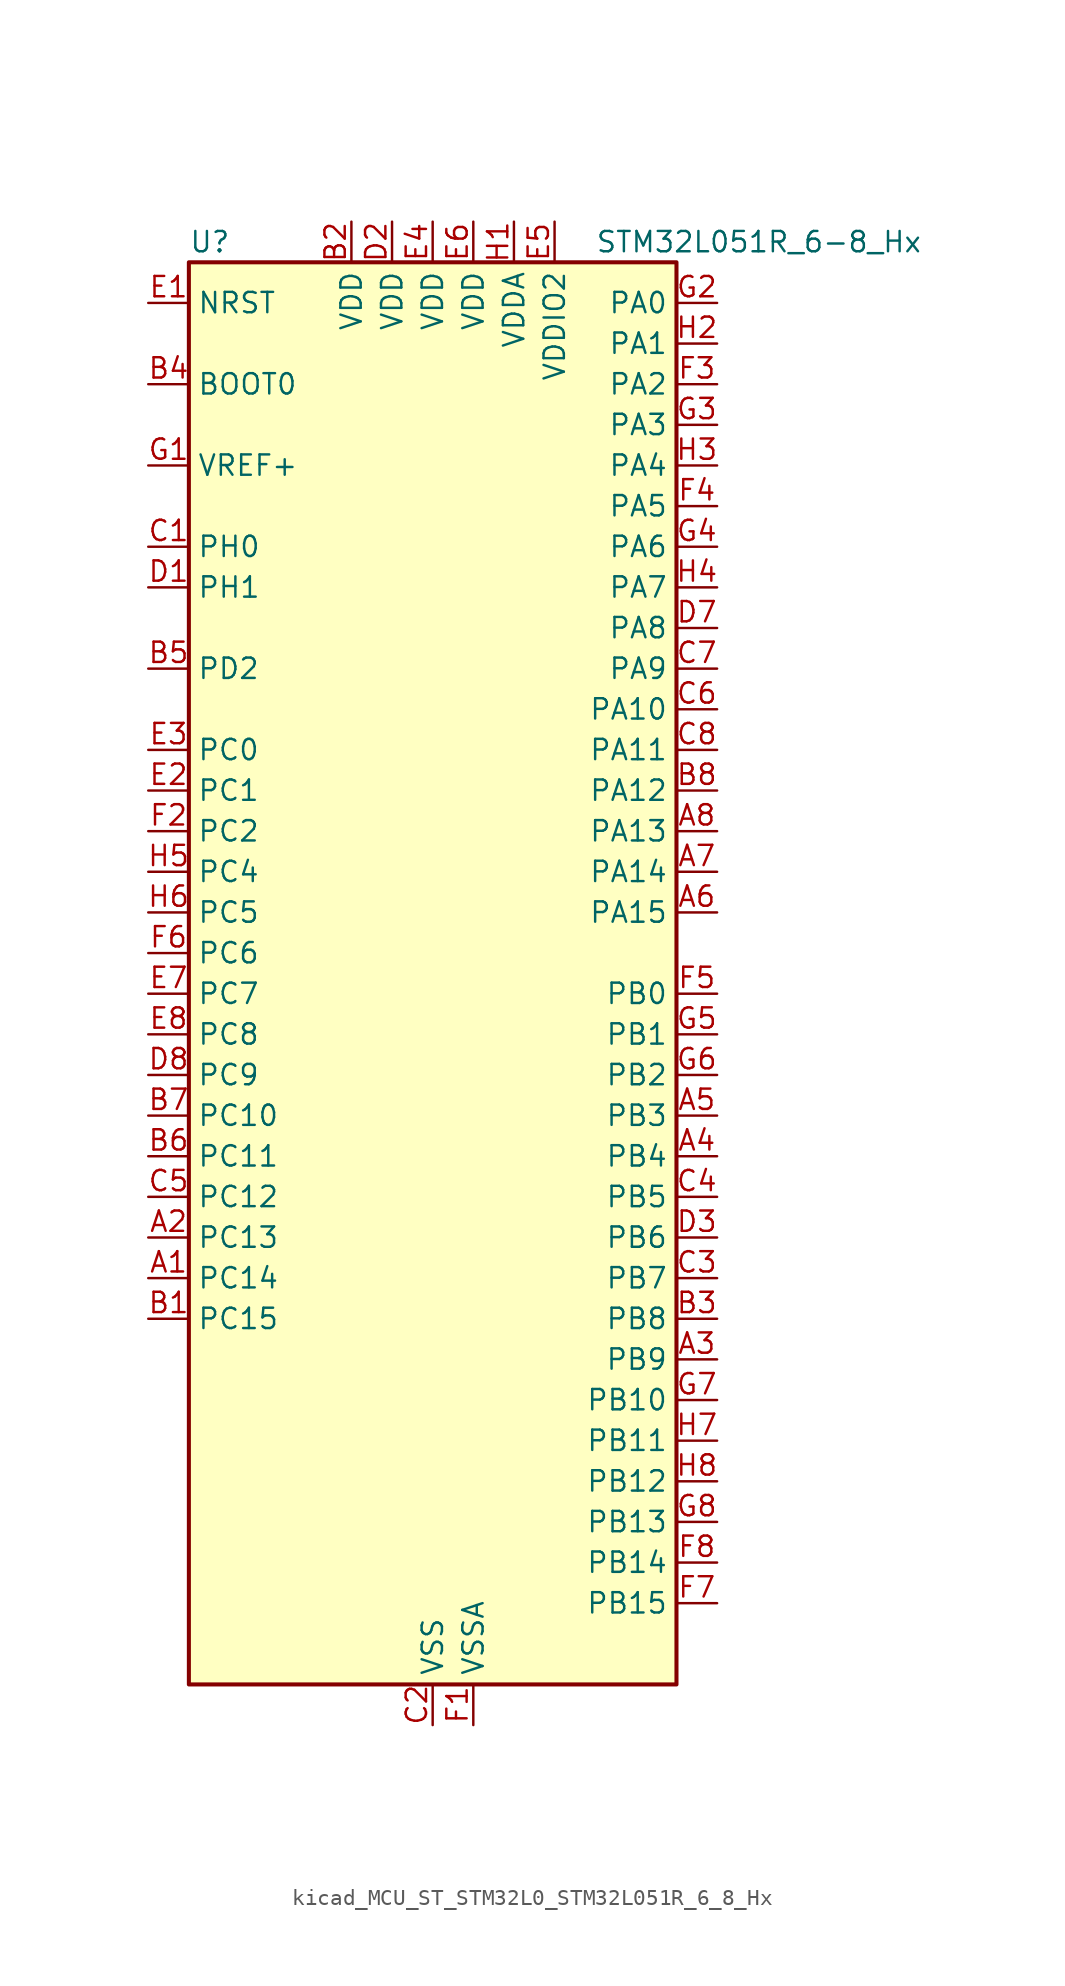
<source format=kicad_sym>
(kicad_symbol_lib
  (version 20220914)
  (generator kicad_symbol_editor)
  (symbol "kicad_MCU_ST_STM32L0_STM32L051R_6_8_Hx"
    (property "Reference" "U"
      (at -15.24 46.99 0)
      (effects (font (size 1.27 1.27)) (justify left)))
    (property "Value" "STM32L051R_6-8_Hx"
      (at 10.16 46.99 0)
      (effects (font (size 1.27 1.27)) (justify left)))
    (property "ki_locked" ""
      (at 0 0 0)
      (effects (font (size 1.27 1.27))))
    (symbol "kicad_MCU_ST_STM32L0_STM32L051R_6_8_Hx_0_1"
      (rectangle (start -15.24 -43.18) (end 15.24 45.72) (stroke (width 0.254) (type default)) (fill (type background))))
    (symbol "kicad_MCU_ST_STM32L0_STM32L051R_6_8_Hx_1_1"
      (pin bidirectional line (at -17.78 -17.78 0) (length 2.54) (name "PC14" (effects (font (size 1.27 1.27)))) (number "A1" (effects (font (size 1.27 1.27)))) (alternate "RCC_OSC32_IN" bidirectional line))
      (pin bidirectional line (at -17.78 -15.24 0) (length 2.54) (name "PC13" (effects (font (size 1.27 1.27)))) (number "A2" (effects (font (size 1.27 1.27)))) (alternate "RTC_OUT_ALARM" bidirectional line) (alternate "RTC_OUT_CALIB" bidirectional line) (alternate "RTC_TAMP1" bidirectional line) (alternate "RTC_TS" bidirectional line) (alternate "SYS_WKUP2" bidirectional line))
      (pin bidirectional line (at 17.78 -22.86 180) (length 2.54) (name "PB9" (effects (font (size 1.27 1.27)))) (number "A3" (effects (font (size 1.27 1.27)))) (alternate "I2C1_SDA" bidirectional line) (alternate "I2S2_WS" bidirectional line) (alternate "SPI2_NSS" bidirectional line))
      (pin bidirectional line (at 17.78 -10.16 180) (length 2.54) (name "PB4" (effects (font (size 1.27 1.27)))) (number "A4" (effects (font (size 1.27 1.27)))) (alternate "COMP2_INP" bidirectional line) (alternate "SPI1_MISO" bidirectional line) (alternate "TIM22_CH1" bidirectional line))
      (pin bidirectional line (at 17.78 -7.62 180) (length 2.54) (name "PB3" (effects (font (size 1.27 1.27)))) (number "A5" (effects (font (size 1.27 1.27)))) (alternate "COMP2_INM" bidirectional line) (alternate "SPI1_SCK" bidirectional line) (alternate "TIM2_CH2" bidirectional line))
      (pin bidirectional line (at 17.78 5.08 180) (length 2.54) (name "PA15" (effects (font (size 1.27 1.27)))) (number "A6" (effects (font (size 1.27 1.27)))) (alternate "SPI1_NSS" bidirectional line) (alternate "TIM2_CH1" bidirectional line) (alternate "TIM2_ETR" bidirectional line) (alternate "USART2_RX" bidirectional line))
      (pin bidirectional line (at 17.78 7.62 180) (length 2.54) (name "PA14" (effects (font (size 1.27 1.27)))) (number "A7" (effects (font (size 1.27 1.27)))) (alternate "SYS_SWCLK" bidirectional line) (alternate "USART2_TX" bidirectional line))
      (pin bidirectional line (at 17.78 10.16 180) (length 2.54) (name "PA13" (effects (font (size 1.27 1.27)))) (number "A8" (effects (font (size 1.27 1.27)))) (alternate "SYS_SWDIO" bidirectional line))
      (pin bidirectional line (at -17.78 -20.32 0) (length 2.54) (name "PC15" (effects (font (size 1.27 1.27)))) (number "B1" (effects (font (size 1.27 1.27)))) (alternate "RCC_OSC32_OUT" bidirectional line))
      (pin power_in line (at -5.08 48.26 270) (length 2.54) (name "VDD" (effects (font (size 1.27 1.27)))) (number "B2" (effects (font (size 1.27 1.27)))))
      (pin bidirectional line (at 17.78 -20.32 180) (length 2.54) (name "PB8" (effects (font (size 1.27 1.27)))) (number "B3" (effects (font (size 1.27 1.27)))) (alternate "I2C1_SCL" bidirectional line))
      (pin input line (at -17.78 38.1 0) (length 2.54) (name "BOOT0" (effects (font (size 1.27 1.27)))) (number "B4" (effects (font (size 1.27 1.27)))))
      (pin bidirectional line (at -17.78 20.32 0) (length 2.54) (name "PD2" (effects (font (size 1.27 1.27)))) (number "B5" (effects (font (size 1.27 1.27)))) (alternate "LPUART1_DE" bidirectional line) (alternate "LPUART1_RTS" bidirectional line))
      (pin bidirectional line (at -17.78 -10.16 0) (length 2.54) (name "PC11" (effects (font (size 1.27 1.27)))) (number "B6" (effects (font (size 1.27 1.27)))) (alternate "ADC_EXTI11" bidirectional line) (alternate "LPUART1_RX" bidirectional line))
      (pin bidirectional line (at -17.78 -7.62 0) (length 2.54) (name "PC10" (effects (font (size 1.27 1.27)))) (number "B7" (effects (font (size 1.27 1.27)))) (alternate "LPUART1_TX" bidirectional line))
      (pin bidirectional line (at 17.78 12.7 180) (length 2.54) (name "PA12" (effects (font (size 1.27 1.27)))) (number "B8" (effects (font (size 1.27 1.27)))) (alternate "COMP2_OUT" bidirectional line) (alternate "SPI1_MOSI" bidirectional line) (alternate "USART1_DE" bidirectional line) (alternate "USART1_RTS" bidirectional line))
      (pin bidirectional line (at -17.78 27.94 0) (length 2.54) (name "PH0" (effects (font (size 1.27 1.27)))) (number "C1" (effects (font (size 1.27 1.27)))) (alternate "RCC_OSC_IN" bidirectional line))
      (pin power_in line (at 0 -45.72 90) (length 2.54) (name "VSS" (effects (font (size 1.27 1.27)))) (number "C2" (effects (font (size 1.27 1.27)))))
      (pin bidirectional line (at 17.78 -17.78 180) (length 2.54) (name "PB7" (effects (font (size 1.27 1.27)))) (number "C3" (effects (font (size 1.27 1.27)))) (alternate "COMP2_INP" bidirectional line) (alternate "I2C1_SDA" bidirectional line) (alternate "LPTIM1_IN2" bidirectional line) (alternate "SYS_PVD_IN" bidirectional line) (alternate "USART1_RX" bidirectional line))
      (pin bidirectional line (at 17.78 -12.7 180) (length 2.54) (name "PB5" (effects (font (size 1.27 1.27)))) (number "C4" (effects (font (size 1.27 1.27)))) (alternate "COMP2_INP" bidirectional line) (alternate "I2C1_SMBA" bidirectional line) (alternate "LPTIM1_IN1" bidirectional line) (alternate "SPI1_MOSI" bidirectional line) (alternate "TIM22_CH2" bidirectional line))
      (pin bidirectional line (at -17.78 -12.7 0) (length 2.54) (name "PC12" (effects (font (size 1.27 1.27)))) (number "C5" (effects (font (size 1.27 1.27)))))
      (pin bidirectional line (at 17.78 17.78 180) (length 2.54) (name "PA10" (effects (font (size 1.27 1.27)))) (number "C6" (effects (font (size 1.27 1.27)))) (alternate "USART1_RX" bidirectional line))
      (pin bidirectional line (at 17.78 20.32 180) (length 2.54) (name "PA9" (effects (font (size 1.27 1.27)))) (number "C7" (effects (font (size 1.27 1.27)))) (alternate "RCC_MCO" bidirectional line) (alternate "USART1_TX" bidirectional line))
      (pin bidirectional line (at 17.78 15.24 180) (length 2.54) (name "PA11" (effects (font (size 1.27 1.27)))) (number "C8" (effects (font (size 1.27 1.27)))) (alternate "ADC_EXTI11" bidirectional line) (alternate "COMP1_OUT" bidirectional line) (alternate "SPI1_MISO" bidirectional line) (alternate "USART1_CTS" bidirectional line))
      (pin bidirectional line (at -17.78 25.4 0) (length 2.54) (name "PH1" (effects (font (size 1.27 1.27)))) (number "D1" (effects (font (size 1.27 1.27)))) (alternate "RCC_OSC_OUT" bidirectional line))
      (pin power_in line (at -2.54 48.26 270) (length 2.54) (name "VDD" (effects (font (size 1.27 1.27)))) (number "D2" (effects (font (size 1.27 1.27)))))
      (pin bidirectional line (at 17.78 -15.24 180) (length 2.54) (name "PB6" (effects (font (size 1.27 1.27)))) (number "D3" (effects (font (size 1.27 1.27)))) (alternate "COMP2_INP" bidirectional line) (alternate "I2C1_SCL" bidirectional line) (alternate "LPTIM1_ETR" bidirectional line) (alternate "USART1_TX" bidirectional line))
      (pin passive line (at 0 -45.72 90) (length 2.54) hide (name "VSS" (effects (font (size 1.27 1.27)))) (number "D4" (effects (font (size 1.27 1.27)))))
      (pin passive line (at 0 -45.72 90) (length 2.54) hide (name "VSS" (effects (font (size 1.27 1.27)))) (number "D5" (effects (font (size 1.27 1.27)))))
      (pin passive line (at 0 -45.72 90) (length 2.54) hide (name "VSS" (effects (font (size 1.27 1.27)))) (number "D6" (effects (font (size 1.27 1.27)))))
      (pin bidirectional line (at 17.78 22.86 180) (length 2.54) (name "PA8" (effects (font (size 1.27 1.27)))) (number "D7" (effects (font (size 1.27 1.27)))) (alternate "RCC_MCO" bidirectional line) (alternate "USART1_CK" bidirectional line))
      (pin bidirectional line (at -17.78 -5.08 0) (length 2.54) (name "PC9" (effects (font (size 1.27 1.27)))) (number "D8" (effects (font (size 1.27 1.27)))) (alternate "TIM21_ETR" bidirectional line))
      (pin input line (at -17.78 43.18 0) (length 2.54) (name "NRST" (effects (font (size 1.27 1.27)))) (number "E1" (effects (font (size 1.27 1.27)))))
      (pin bidirectional line (at -17.78 12.7 0) (length 2.54) (name "PC1" (effects (font (size 1.27 1.27)))) (number "E2" (effects (font (size 1.27 1.27)))) (alternate "ADC_IN11" bidirectional line) (alternate "LPTIM1_OUT" bidirectional line))
      (pin bidirectional line (at -17.78 15.24 0) (length 2.54) (name "PC0" (effects (font (size 1.27 1.27)))) (number "E3" (effects (font (size 1.27 1.27)))) (alternate "ADC_IN10" bidirectional line) (alternate "LPTIM1_IN1" bidirectional line))
      (pin power_in line (at 0 48.26 270) (length 2.54) (name "VDD" (effects (font (size 1.27 1.27)))) (number "E4" (effects (font (size 1.27 1.27)))))
      (pin power_in line (at 7.62 48.26 270) (length 2.54) (name "VDDIO2" (effects (font (size 1.27 1.27)))) (number "E5" (effects (font (size 1.27 1.27)))))
      (pin power_in line (at 2.54 48.26 270) (length 2.54) (name "VDD" (effects (font (size 1.27 1.27)))) (number "E6" (effects (font (size 1.27 1.27)))))
      (pin bidirectional line (at -17.78 0 0) (length 2.54) (name "PC7" (effects (font (size 1.27 1.27)))) (number "E7" (effects (font (size 1.27 1.27)))) (alternate "TIM22_CH2" bidirectional line))
      (pin bidirectional line (at -17.78 -2.54 0) (length 2.54) (name "PC8" (effects (font (size 1.27 1.27)))) (number "E8" (effects (font (size 1.27 1.27)))) (alternate "TIM22_ETR" bidirectional line))
      (pin power_in line (at 2.54 -45.72 90) (length 2.54) (name "VSSA" (effects (font (size 1.27 1.27)))) (number "F1" (effects (font (size 1.27 1.27)))))
      (pin bidirectional line (at -17.78 10.16 0) (length 2.54) (name "PC2" (effects (font (size 1.27 1.27)))) (number "F2" (effects (font (size 1.27 1.27)))) (alternate "ADC_IN12" bidirectional line) (alternate "I2S2_MCK" bidirectional line) (alternate "LPTIM1_IN2" bidirectional line) (alternate "SPI2_MISO" bidirectional line))
      (pin bidirectional line (at 17.78 38.1 180) (length 2.54) (name "PA2" (effects (font (size 1.27 1.27)))) (number "F3" (effects (font (size 1.27 1.27)))) (alternate "ADC_IN2" bidirectional line) (alternate "COMP2_INM" bidirectional line) (alternate "COMP2_OUT" bidirectional line) (alternate "TIM21_CH1" bidirectional line) (alternate "TIM2_CH3" bidirectional line) (alternate "USART2_TX" bidirectional line))
      (pin bidirectional line (at 17.78 30.48 180) (length 2.54) (name "PA5" (effects (font (size 1.27 1.27)))) (number "F4" (effects (font (size 1.27 1.27)))) (alternate "ADC_IN5" bidirectional line) (alternate "COMP1_INM" bidirectional line) (alternate "COMP2_INM" bidirectional line) (alternate "SPI1_SCK" bidirectional line) (alternate "TIM2_CH1" bidirectional line) (alternate "TIM2_ETR" bidirectional line))
      (pin bidirectional line (at 17.78 0 180) (length 2.54) (name "PB0" (effects (font (size 1.27 1.27)))) (number "F5" (effects (font (size 1.27 1.27)))) (alternate "ADC_IN8" bidirectional line) (alternate "SYS_VREF_OUT_PB0" bidirectional line))
      (pin bidirectional line (at -17.78 2.54 0) (length 2.54) (name "PC6" (effects (font (size 1.27 1.27)))) (number "F6" (effects (font (size 1.27 1.27)))) (alternate "TIM22_CH1" bidirectional line))
      (pin bidirectional line (at 17.78 -38.1 180) (length 2.54) (name "PB15" (effects (font (size 1.27 1.27)))) (number "F7" (effects (font (size 1.27 1.27)))) (alternate "I2S2_SD" bidirectional line) (alternate "RTC_REFIN" bidirectional line) (alternate "SPI2_MOSI" bidirectional line))
      (pin bidirectional line (at 17.78 -35.56 180) (length 2.54) (name "PB14" (effects (font (size 1.27 1.27)))) (number "F8" (effects (font (size 1.27 1.27)))) (alternate "I2C2_SDA" bidirectional line) (alternate "I2S2_MCK" bidirectional line) (alternate "LPUART1_DE" bidirectional line) (alternate "LPUART1_RTS" bidirectional line) (alternate "RTC_OUT_ALARM" bidirectional line) (alternate "RTC_OUT_CALIB" bidirectional line) (alternate "SPI2_MISO" bidirectional line) (alternate "TIM21_CH2" bidirectional line))
      (pin input line (at -17.78 33.02 0) (length 2.54) (name "VREF+" (effects (font (size 1.27 1.27)))) (number "G1" (effects (font (size 1.27 1.27)))))
      (pin bidirectional line (at 17.78 43.18 180) (length 2.54) (name "PA0" (effects (font (size 1.27 1.27)))) (number "G2" (effects (font (size 1.27 1.27)))) (alternate "ADC_IN0" bidirectional line) (alternate "COMP1_INM" bidirectional line) (alternate "COMP1_OUT" bidirectional line) (alternate "RTC_TAMP2" bidirectional line) (alternate "SYS_WKUP1" bidirectional line) (alternate "TIM2_CH1" bidirectional line) (alternate "TIM2_ETR" bidirectional line) (alternate "USART2_CTS" bidirectional line))
      (pin bidirectional line (at 17.78 35.56 180) (length 2.54) (name "PA3" (effects (font (size 1.27 1.27)))) (number "G3" (effects (font (size 1.27 1.27)))) (alternate "ADC_IN3" bidirectional line) (alternate "COMP2_INP" bidirectional line) (alternate "TIM21_CH2" bidirectional line) (alternate "TIM2_CH4" bidirectional line) (alternate "USART2_RX" bidirectional line))
      (pin bidirectional line (at 17.78 27.94 180) (length 2.54) (name "PA6" (effects (font (size 1.27 1.27)))) (number "G4" (effects (font (size 1.27 1.27)))) (alternate "ADC_IN6" bidirectional line) (alternate "COMP1_OUT" bidirectional line) (alternate "LPUART1_CTS" bidirectional line) (alternate "SPI1_MISO" bidirectional line) (alternate "TIM22_CH1" bidirectional line))
      (pin bidirectional line (at 17.78 -2.54 180) (length 2.54) (name "PB1" (effects (font (size 1.27 1.27)))) (number "G5" (effects (font (size 1.27 1.27)))) (alternate "ADC_IN9" bidirectional line) (alternate "LPUART1_DE" bidirectional line) (alternate "LPUART1_RTS" bidirectional line) (alternate "SYS_VREF_OUT_PB1" bidirectional line))
      (pin bidirectional line (at 17.78 -5.08 180) (length 2.54) (name "PB2" (effects (font (size 1.27 1.27)))) (number "G6" (effects (font (size 1.27 1.27)))) (alternate "LPTIM1_OUT" bidirectional line))
      (pin bidirectional line (at 17.78 -25.4 180) (length 2.54) (name "PB10" (effects (font (size 1.27 1.27)))) (number "G7" (effects (font (size 1.27 1.27)))) (alternate "I2C2_SCL" bidirectional line) (alternate "LPUART1_TX" bidirectional line) (alternate "SPI2_SCK" bidirectional line) (alternate "TIM2_CH3" bidirectional line))
      (pin bidirectional line (at 17.78 -33.02 180) (length 2.54) (name "PB13" (effects (font (size 1.27 1.27)))) (number "G8" (effects (font (size 1.27 1.27)))) (alternate "I2C2_SCL" bidirectional line) (alternate "I2S2_CK" bidirectional line) (alternate "LPUART1_CTS" bidirectional line) (alternate "SPI2_SCK" bidirectional line) (alternate "TIM21_CH1" bidirectional line))
      (pin power_in line (at 5.08 48.26 270) (length 2.54) (name "VDDA" (effects (font (size 1.27 1.27)))) (number "H1" (effects (font (size 1.27 1.27)))))
      (pin bidirectional line (at 17.78 40.64 180) (length 2.54) (name "PA1" (effects (font (size 1.27 1.27)))) (number "H2" (effects (font (size 1.27 1.27)))) (alternate "ADC_IN1" bidirectional line) (alternate "COMP1_INP" bidirectional line) (alternate "TIM21_ETR" bidirectional line) (alternate "TIM2_CH2" bidirectional line) (alternate "USART2_DE" bidirectional line) (alternate "USART2_RTS" bidirectional line))
      (pin bidirectional line (at 17.78 33.02 180) (length 2.54) (name "PA4" (effects (font (size 1.27 1.27)))) (number "H3" (effects (font (size 1.27 1.27)))) (alternate "ADC_IN4" bidirectional line) (alternate "COMP1_INM" bidirectional line) (alternate "COMP2_INM" bidirectional line) (alternate "SPI1_NSS" bidirectional line) (alternate "TIM22_ETR" bidirectional line) (alternate "USART2_CK" bidirectional line))
      (pin bidirectional line (at 17.78 25.4 180) (length 2.54) (name "PA7" (effects (font (size 1.27 1.27)))) (number "H4" (effects (font (size 1.27 1.27)))) (alternate "ADC_IN7" bidirectional line) (alternate "COMP2_OUT" bidirectional line) (alternate "SPI1_MOSI" bidirectional line) (alternate "TIM22_CH2" bidirectional line))
      (pin bidirectional line (at -17.78 7.62 0) (length 2.54) (name "PC4" (effects (font (size 1.27 1.27)))) (number "H5" (effects (font (size 1.27 1.27)))) (alternate "ADC_IN14" bidirectional line) (alternate "LPUART1_TX" bidirectional line))
      (pin bidirectional line (at -17.78 5.08 0) (length 2.54) (name "PC5" (effects (font (size 1.27 1.27)))) (number "H6" (effects (font (size 1.27 1.27)))) (alternate "ADC_IN15" bidirectional line) (alternate "LPUART1_RX" bidirectional line))
      (pin bidirectional line (at 17.78 -27.94 180) (length 2.54) (name "PB11" (effects (font (size 1.27 1.27)))) (number "H7" (effects (font (size 1.27 1.27)))) (alternate "ADC_EXTI11" bidirectional line) (alternate "I2C2_SDA" bidirectional line) (alternate "LPUART1_RX" bidirectional line) (alternate "TIM2_CH4" bidirectional line))
      (pin bidirectional line (at 17.78 -30.48 180) (length 2.54) (name "PB12" (effects (font (size 1.27 1.27)))) (number "H8" (effects (font (size 1.27 1.27)))) (alternate "I2S2_WS" bidirectional line) (alternate "LPUART1_DE" bidirectional line) (alternate "LPUART1_RTS" bidirectional line) (alternate "SPI2_NSS" bidirectional line)))))
</source>
